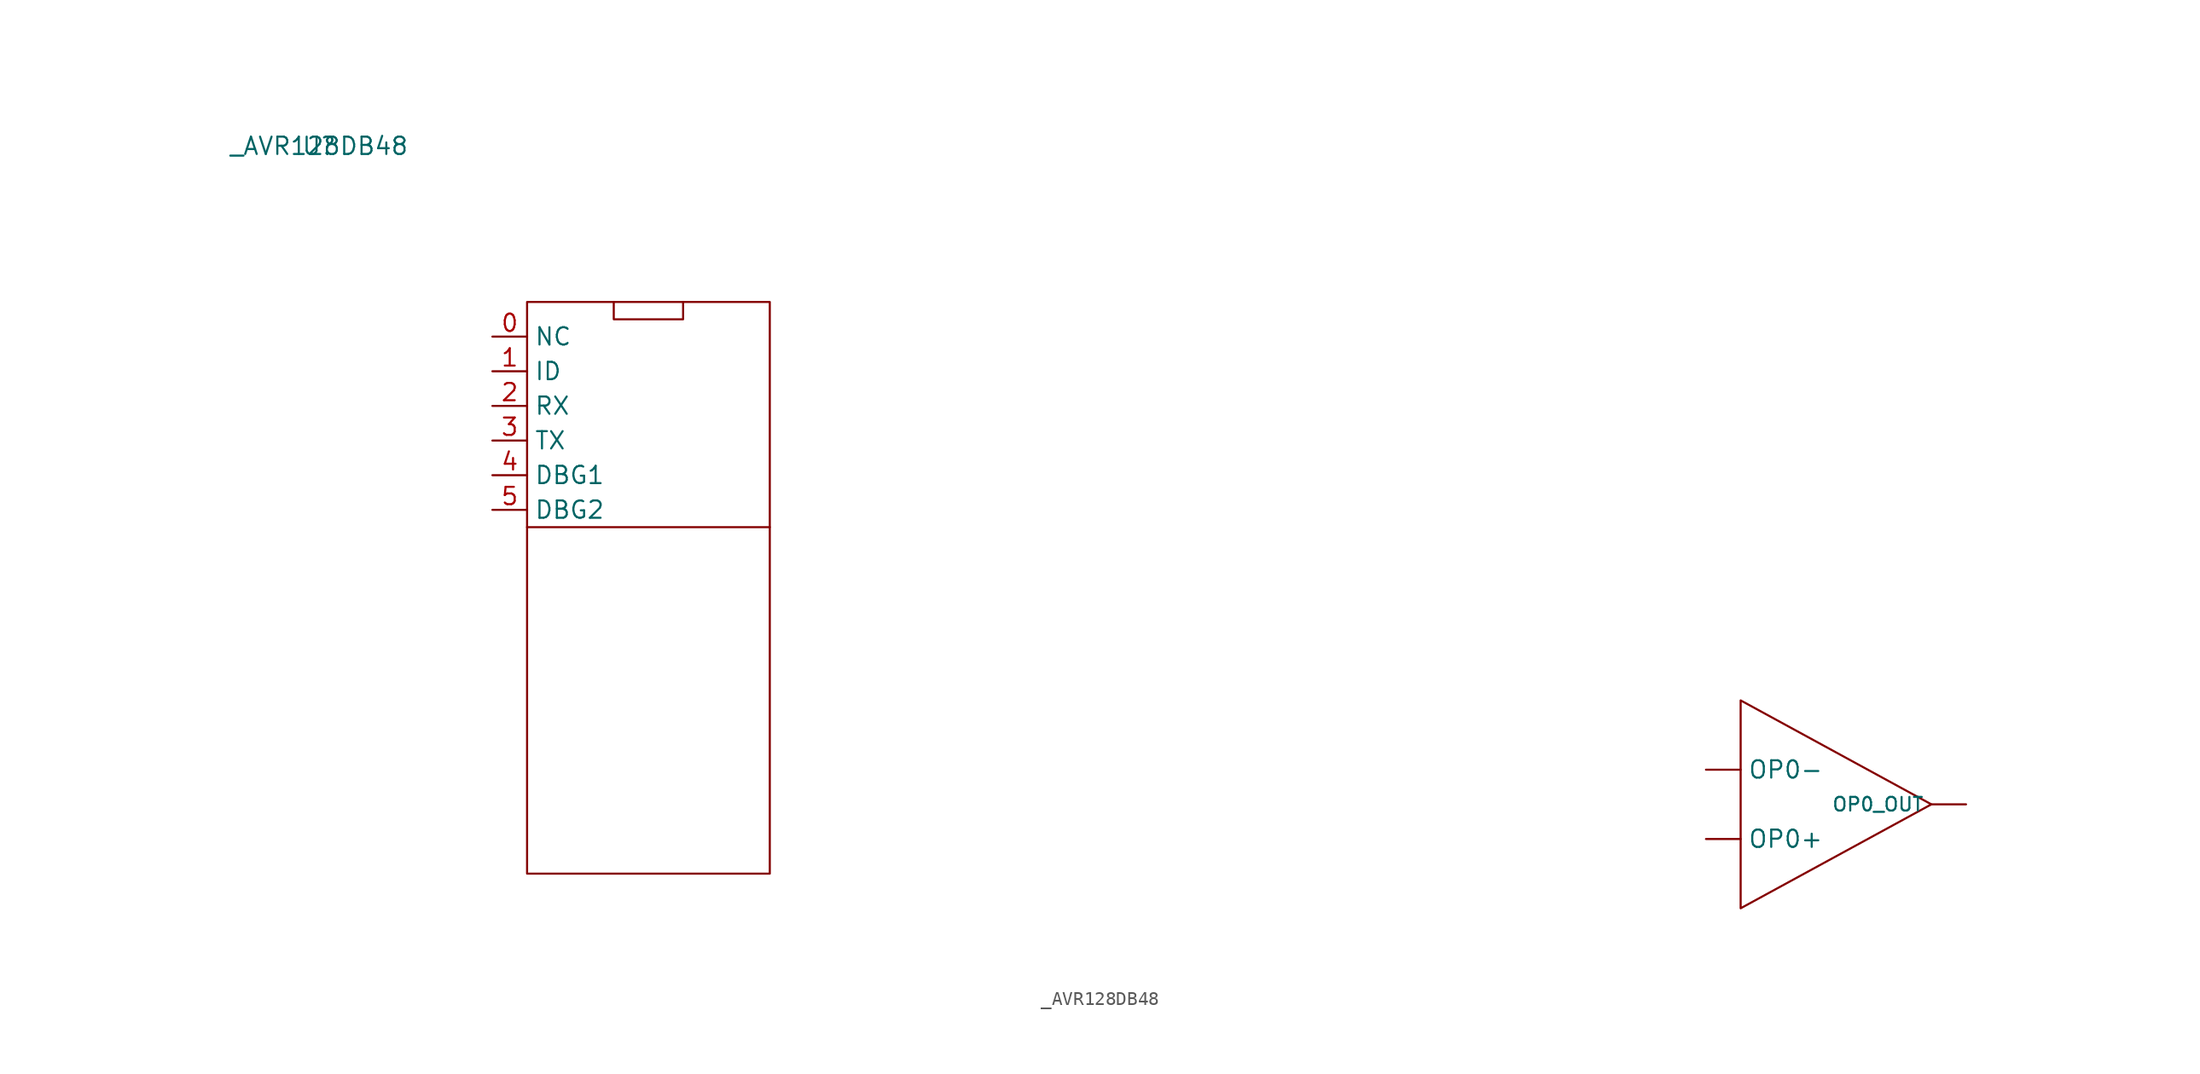
<source format=kicad_sym>
(kicad_symbol_lib
  (version 20211014)
  (generator kicad_symbol_editor)
  (symbol "_AVR128DB48"
    (property "Reference" "U"
      (at -19.05 24.13 0)
      (effects (font (size 1.27 1.27))))
    (property "Value" "_AVR128DB48"
      (at -19.05 24.13 0)
      (effects (font (size 1.27 1.27))))
    (symbol "_AVR128DB48_0_1"
      (polyline (pts (xy -3.81 -3.81) (xy 13.97 -3.81)) (stroke (width 0) (type default) (color 0 0 0 0)) (fill (type none)))
      (polyline (pts (xy 2.54 12.7) (xy 2.54 11.43) (xy 7.62 11.43) (xy 7.62 12.7)) (stroke (width 0) (type default) (color 0 0 0 0)) (fill (type none)))
      (polyline (pts (xy 85.09 -16.51) (xy 85.09 -31.75) (xy 99.06 -24.13) (xy 85.09 -16.51)) (stroke (width 0) (type default) (color 0 0 0 0)) (fill (type none)))
      (polyline (pts (xy -3.81 12.7) (xy 13.97 12.7) (xy 13.97 -29.21) (xy -3.81 -29.21) (xy -3.81 12.7)) (stroke (width 0) (type default) (color 0 0 0 0)) (fill (type none))))
    (symbol "_AVR128DB48_1_1"
      (pin input line (at 82.55 -26.67 0) (length 2.54) (name "OP0+" (effects (font (size 1.27 1.27)))) (number "" (effects (font (size 1.27 1.27)))))
      (pin input line (at 82.55 -21.59 0) (length 2.54) (name "OP0-" (effects (font (size 1.27 1.27)))) (number "" (effects (font (size 1.27 1.27)))))
      (pin input line (at 101.6 -24.13 180) (length 2.54) (name "OP0_OUT" (effects (font (size 1 1)))) (number "" (effects (font (size 1.27 1.27)))))
      (pin input line (at -6.35 10.16 0) (length 2.54) (name "NC" (effects (font (size 1.27 1.27)))) (number "0" (effects (font (size 1.27 1.27)))))
      (pin input line (at -6.35 7.62 0) (length 2.54) (name "ID" (effects (font (size 1.27 1.27)))) (number "1" (effects (font (size 1.27 1.27)))))
      (pin input line (at -6.35 5.08 0) (length 2.54) (name "RX" (effects (font (size 1.27 1.27)))) (number "2" (effects (font (size 1.27 1.27)))))
      (pin input line (at -6.35 2.54 0) (length 2.54) (name "TX" (effects (font (size 1.27 1.27)))) (number "3" (effects (font (size 1.27 1.27)))))
      (pin input line (at -6.35 0 0) (length 2.54) (name "DBG1" (effects (font (size 1.27 1.27)))) (number "4" (effects (font (size 1.27 1.27)))))
      (pin input line (at -6.35 -2.54 0) (length 2.54) (name "DBG2" (effects (font (size 1.27 1.27)))) (number "5" (effects (font (size 1.27 1.27))))))))
</source>
